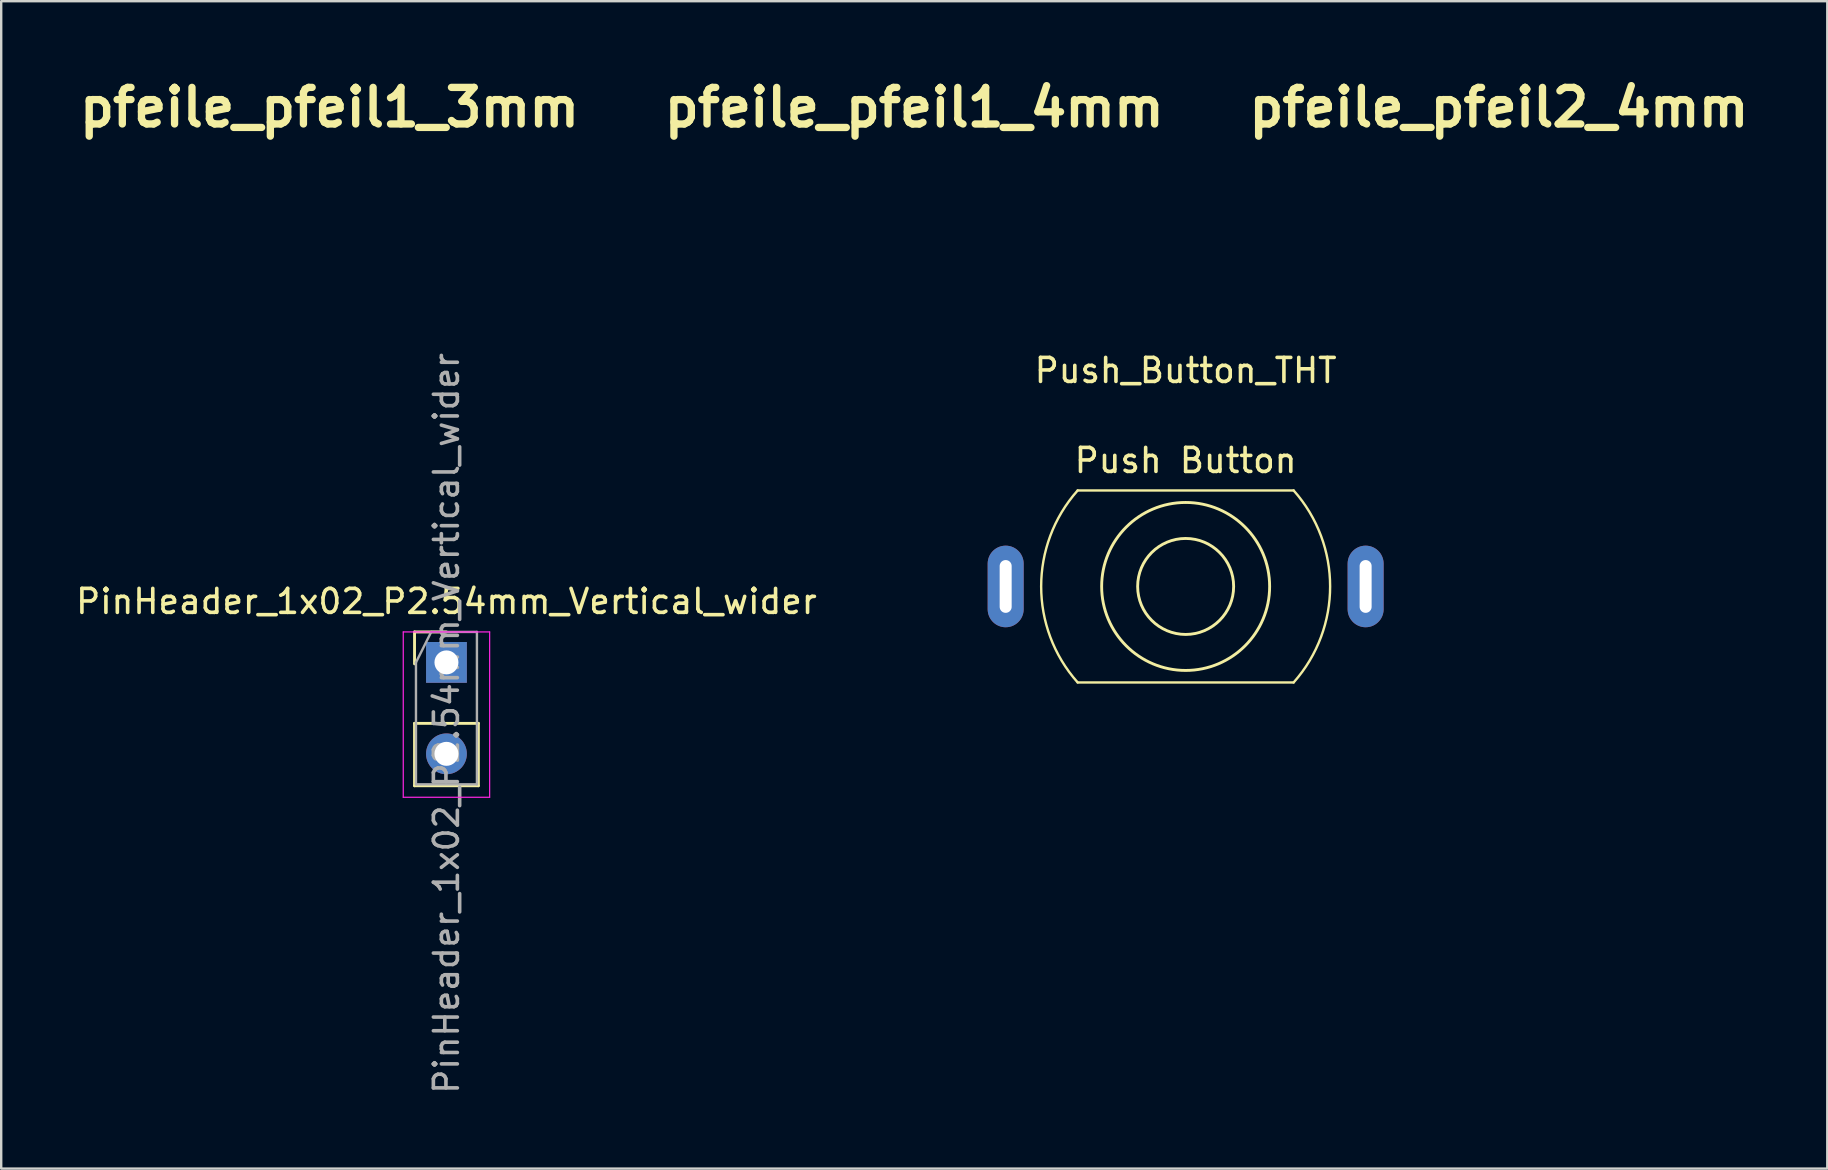
<source format=kicad_pcb>
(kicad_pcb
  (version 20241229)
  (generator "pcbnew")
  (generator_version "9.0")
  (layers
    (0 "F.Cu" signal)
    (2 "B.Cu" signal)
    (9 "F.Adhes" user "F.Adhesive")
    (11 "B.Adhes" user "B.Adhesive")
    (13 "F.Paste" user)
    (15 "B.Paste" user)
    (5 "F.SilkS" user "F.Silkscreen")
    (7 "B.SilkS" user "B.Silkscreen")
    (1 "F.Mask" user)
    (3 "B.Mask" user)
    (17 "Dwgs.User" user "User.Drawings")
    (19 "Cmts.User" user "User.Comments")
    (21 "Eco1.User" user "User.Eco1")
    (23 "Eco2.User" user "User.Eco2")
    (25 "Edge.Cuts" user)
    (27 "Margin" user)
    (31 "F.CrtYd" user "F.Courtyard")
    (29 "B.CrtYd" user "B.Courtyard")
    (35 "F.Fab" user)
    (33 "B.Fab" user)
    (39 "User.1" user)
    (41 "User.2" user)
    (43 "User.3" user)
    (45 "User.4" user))
  (footprint "pfeile_pfeil1_4mm"
    (layer "F.Cu")
    (at 35.048 4.555)
    (property "Reference" "pfeile_pfeil1_4mm" (at 0 -3.128 0) (layer "F.SilkS") (effects (font (size 1.524 1.524) (thickness 0.305))))
    (attr exclude_from_pos_files exclude_from_bom)
    (fp_poly (pts (xy 0.14 0.834) (xy 0.02 0.673) (xy 0.005 0.561) (xy 0.074 0.513) (xy 0.205 0.546) (xy 0.376 0.673) (xy 0.528 0.805) (xy 0.711 0.939) (xy 0.92 1.07) (xy 1.148 1.197) (xy 1.389 1.315) (xy 1.638 1.422) (xy 1.888 1.513) (xy 2.179 1.606) (xy 2.283 1.619) (xy 2.282 1.564) (xy 2.26 1.398) (xy 2.29 1.218) (xy 2.372 1.027) (xy 2.505 0.823) (xy 2.69 0.607) (xy 2.79 0.505) (xy 2.881 0.423) (xy 2.925 0.387) (xy 3.095 0.259) (xy 3.271 0.152) (xy 3.475 0.072) (xy 3.7 0.022) (xy 3.945 0.001) (xy 4.203 0.009) (xy 4.471 0.048) (xy 4.745 0.117) (xy 4.975 0.203) (xy 5.18 0.311) (xy 5.352 0.436) (xy 5.486 0.576) (xy 5.573 0.727) (xy 5.607 0.887) (xy 5.582 1.05) (xy 5.49 1.215) (xy 5.364 1.347) (xy 5.198 1.473) (xy 4.999 1.589) (xy 4.772 1.695) (xy 4.523 1.788) (xy 4.258 1.868) (xy 3.983 1.931) (xy 3.704 1.977) (xy 3.427 2.004) (xy 3.157 2.009) (xy 3.063 2.003) (xy 3.063 1.76) (xy 3.332 1.758) (xy 3.614 1.734) (xy 3.901 1.692) (xy 4.185 1.632) (xy 4.459 1.558) (xy 4.713 1.471) (xy 4.939 1.374) (xy 5.13 1.269) (xy 5.277 1.158) (xy 5.372 1.044) (xy 5.423 0.893) (xy 5.394 0.755) (xy 5.279 0.626) (xy 5.077 0.5) (xy 4.782 0.375) (xy 4.556 0.308) (xy 4.31 0.264) (xy 4.058 0.244) (xy 3.811 0.248) (xy 3.582 0.275) (xy 3.381 0.324) (xy 3.222 0.397) (xy 3.01 0.549) (xy 2.832 0.719) (xy 2.692 0.9) (xy 2.594 1.086) (xy 2.542 1.271) (xy 2.54 1.449) (xy 2.573 1.634) (xy 2.642 1.706) (xy 2.816 1.738) (xy 3.063 1.76) (xy 3.063 2.003) (xy 2.9 1.992) (xy 2.771 2.002) (xy 2.886 2.164) (xy 3.034 2.31) (xy 3.247 2.49) (xy 3.471 2.661) (xy 3.654 2.78) (xy 3.836 2.885) (xy 4.016 2.967) (xy 4.155 3.023) (xy 4.294 3.079) (xy 4.458 3.135) (xy 4.688 3.2) (xy 4.937 3.263) (xy 5.152 3.309) (xy 5.405 3.351) (xy 5.672 3.39) (xy 5.933 3.423) (xy 6.167 3.449) (xy 6.354 3.463) (xy 6.471 3.465) (xy 6.736 3.499) (xy 6.989 3.524) (xy 7.243 3.545) (xy 7.505 3.567) (xy 7.62 3.537) (xy 7.476 3.407) (xy 7.225 3.25) (xy 7.149 3.126) (xy 7.152 3.093) (xy 7.19 3.029) (xy 7.399 3.029) (xy 7.507 3.096) (xy 7.631 3.173) (xy 7.845 3.32) (xy 7.962 3.455) (xy 7.987 3.578) (xy 7.927 3.69) (xy 7.788 3.791) (xy 7.576 3.883) (xy 7.353 3.974) (xy 7.174 3.985) (xy 7.185 3.882) (xy 7.304 3.811) (xy 7.402 3.76) (xy 7.387 3.734) (xy 7.166 3.738) (xy 7.019 3.728) (xy 6.791 3.722) (xy 6.618 3.701) (xy 6.464 3.685) (xy 6.296 3.672) (xy 6.121 3.653) (xy 5.866 3.632) (xy 5.604 3.599) (xy 5.423 3.572) (xy 5.204 3.546) (xy 5.002 3.519) (xy 4.86 3.488) (xy 4.721 3.456) (xy 4.546 3.419) (xy 4.401 3.38) (xy 4.258 3.338) (xy 4.054 3.269) (xy 3.869 3.2) (xy 3.701 3.119) (xy 3.542 3.023) (xy 3.346 2.883) (xy 3.146 2.732) (xy 2.951 2.575) (xy 2.772 2.414) (xy 2.616 2.255) (xy 2.495 2.102) (xy 2.365 1.909) (xy 2.172 1.857) (xy 1.886 1.773) (xy 1.61 1.678) (xy 1.346 1.575) (xy 1.096 1.464) (xy 0.863 1.347) (xy 0.648 1.224) (xy 0.454 1.097) (xy 0.284 0.967) (xy 0.14 0.834) (xy 0.14 0.834)) (stroke (width 0) (type solid)) (fill yes) (layer "F.Mask")))
  (footprint "pfeile_pfeil1_3mm"
    (layer "F.Cu")
    (at 10.683 4.538)
    (property "Reference" "pfeile_pfeil1_3mm" (at 0 -3.112 0) (layer "F.SilkS") (effects (font (size 1.524 1.524) (thickness 0.305))))
    (attr exclude_from_pos_files exclude_from_bom)
    (fp_poly (pts (xy 0.111 0.665) (xy 0.006 0.509) (xy 0.025 0.42) (xy 0.134 0.422) (xy 0.3 0.536) (xy 0.443 0.659) (xy 0.62 0.783) (xy 0.822 0.904) (xy 1.041 1.017) (xy 1.271 1.119) (xy 1.503 1.205) (xy 1.791 1.292) (xy 1.817 1.246) (xy 1.802 1.078) (xy 1.851 0.895) (xy 1.964 0.697) (xy 2.142 0.483) (xy 2.294 0.337) (xy 2.329 0.308) (xy 2.465 0.207) (xy 2.631 0.109) (xy 2.825 0.042) (xy 3.043 0.006) (xy 3.278 0.002) (xy 3.525 0.031) (xy 3.778 0.093) (xy 4.019 0.189) (xy 4.22 0.313) (xy 4.369 0.459) (xy 4.452 0.621) (xy 4.457 0.793) (xy 4.372 0.968) (xy 4.245 1.096) (xy 4.072 1.215) (xy 3.863 1.323) (xy 3.625 1.416) (xy 3.367 1.494) (xy 3.098 1.552) (xy 2.827 1.588) (xy 2.561 1.601) (xy 2.486 1.597) (xy 2.486 1.403) (xy 2.752 1.393) (xy 3.03 1.36) (xy 3.308 1.306) (xy 3.574 1.233) (xy 3.816 1.147) (xy 4.022 1.048) (xy 4.18 0.942) (xy 4.278 0.831) (xy 4.319 0.683) (xy 4.258 0.549) (xy 4.09 0.423) (xy 3.808 0.298) (xy 3.551 0.229) (xy 3.272 0.196) (xy 2.997 0.2) (xy 2.753 0.24) (xy 2.566 0.316) (xy 2.366 0.463) (xy 2.207 0.63) (xy 2.093 0.806) (xy 2.03 0.983) (xy 2.023 1.154) (xy 2.069 1.337) (xy 2.243 1.384) (xy 2.486 1.403) (xy 2.486 1.597) (xy 2.31 1.586) (xy 2.206 1.594) (xy 2.298 1.723) (xy 2.469 1.886) (xy 2.706 2.076) (xy 2.91 2.214) (xy 3.055 2.297) (xy 3.198 2.363) (xy 3.419 2.452) (xy 3.607 2.514) (xy 3.867 2.583) (xy 4.103 2.635) (xy 4.346 2.675) (xy 4.602 2.711) (xy 4.841 2.739) (xy 5.034 2.757) (xy 5.153 2.76) (xy 5.364 2.787) (xy 5.566 2.806) (xy 5.768 2.823) (xy 5.977 2.841) (xy 6.068 2.817) (xy 5.953 2.713) (xy 5.754 2.588) (xy 5.693 2.489) (xy 5.695 2.463) (xy 5.726 2.412) (xy 5.892 2.412) (xy 6.077 2.527) (xy 6.272 2.667) (xy 6.357 2.792) (xy 6.34 2.904) (xy 6.229 3.004) (xy 6.033 3.092) (xy 5.856 3.165) (xy 5.713 3.173) (xy 5.722 3.091) (xy 5.848 3.02) (xy 5.902 2.978) (xy 5.707 2.977) (xy 5.59 2.968) (xy 5.408 2.964) (xy 5.148 2.934) (xy 5.014 2.924) (xy 4.875 2.909) (xy 4.671 2.892) (xy 4.463 2.867) (xy 4.318 2.845) (xy 4.145 2.824) (xy 3.984 2.802) (xy 3.87 2.778) (xy 3.62 2.723) (xy 3.391 2.658) (xy 3.228 2.603) (xy 3.081 2.549) (xy 2.948 2.484) (xy 2.821 2.408) (xy 2.633 2.273) (xy 2.443 2.126) (xy 2.263 1.974) (xy 2.106 1.821) (xy 1.987 1.674) (xy 1.884 1.521) (xy 1.73 1.479) (xy 1.438 1.391) (xy 1.161 1.29) (xy 0.9 1.179) (xy 0.662 1.059) (xy 0.448 0.932) (xy 0.263 0.8) (xy 0.111 0.665) (xy 0.111 0.665)) (stroke (width 0) (type solid)) (fill yes) (layer "F.Mask")))
  (footprint "pfeile_pfeil2_4mm"
    (layer "F.Cu")
    (at 59.413 4.497)
    (property "Reference" "pfeile_pfeil2_4mm" (at 0 -3.071 0) (layer "F.SilkS") (effects (font (size 1.524 1.524) (thickness 0.305))))
    (attr exclude_from_pos_files exclude_from_bom)
    (fp_poly (pts (xy 6.424 0.03) (xy 6.212 0.001) (xy 5.964 0.016) (xy 5.72 0.073) (xy 5.486 0.143) (xy 5.295 0.212) (xy 5.074 0.327) (xy 4.846 0.449) (xy 4.739 0.509) (xy 4.57 0.609) (xy 4.427 0.693) (xy 4.259 0.802) (xy 4.019 0.965) (xy 3.893 1.056) (xy 3.81 1.069) (xy 3.65 1.03) (xy 3.484 1.029) (xy 3.293 1.069) (xy 3.063 1.152) (xy 2.774 1.283) (xy 2.618 1.367) (xy 2.418 1.486) (xy 2.2 1.623) (xy 1.991 1.762) (xy 1.818 1.887) (xy 1.689 1.98) (xy 1.569 2.062) (xy 1.377 2.211) (xy 1.128 2.423) (xy 0.989 2.557) (xy 0.933 2.606) (xy 0.835 2.7) (xy 0.734 2.799) (xy 0.64 2.894) (xy 0.591 2.956) (xy 0.557 2.997) (xy 0.411 3.156) (xy 0.369 3.162) (xy 0.287 2.948) (xy 0.2 2.927) (xy 0.175 3.056) (xy 0.158 3.191) (xy 0.129 3.329) (xy 0.067 3.582) (xy 0.041 3.75) (xy 0.02 3.832) (xy 0.024 3.941) (xy 0.138 3.998) (xy 0.259 3.945) (xy 0.476 3.831) (xy 0.715 3.696) (xy 0.901 3.583) (xy 1.044 3.468) (xy 1.037 3.397) (xy 1.02 3.358) (xy 0.86 3.362) (xy 0.725 3.438) (xy 0.562 3.523) (xy 0.425 3.593) (xy 0.415 3.514) (xy 0.563 3.313) (xy 0.675 3.193) (xy 0.795 3.057) (xy 0.903 2.935) (xy 0.988 2.848) (xy 1.152 2.693) (xy 1.365 2.496) (xy 1.558 2.332) (xy 1.733 2.2) (xy 1.878 2.094) (xy 2.071 1.955) (xy 2.288 1.814) (xy 2.516 1.676) (xy 2.744 1.55) (xy 2.959 1.44) (xy 3.149 1.355) (xy 3.303 1.301) (xy 3.461 1.285) (xy 3.565 1.296) (xy 3.466 1.387) (xy 3.358 1.481) (xy 3.236 1.607) (xy 3.053 1.802) (xy 2.939 1.98) (xy 2.892 2.146) (xy 2.911 2.306) (xy 2.994 2.467) (xy 3.183 2.628) (xy 3.414 2.718) (xy 3.523 2.729) (xy 3.6 2.718) (xy 3.6 2.505) (xy 3.42 2.504) (xy 3.271 2.446) (xy 3.159 2.331) (xy 3.115 2.212) (xy 3.135 2.082) (xy 3.229 1.928) (xy 3.403 1.736) (xy 3.667 1.493) (xy 3.833 1.382) (xy 3.974 1.498) (xy 3.974 1.498) (xy 4.105 1.717) (xy 4.159 1.964) (xy 4.133 2.188) (xy 4.024 2.336) (xy 3.803 2.449) (xy 3.6 2.505) (xy 3.6 2.718) (xy 3.659 2.709) (xy 3.865 2.652) (xy 4.065 2.578) (xy 4.229 2.474) (xy 4.343 2.334) (xy 4.404 2.161) (xy 4.412 1.957) (xy 4.365 1.727) (xy 4.278 1.499) (xy 4.159 1.346) (xy 4.04 1.223) (xy 4.075 1.17) (xy 4.248 1.045) (xy 4.409 0.936) (xy 4.629 0.799) (xy 4.843 0.671) (xy 4.987 0.593) (xy 5.067 0.555) (xy 5.23 0.477) (xy 5.474 0.373) (xy 5.711 0.296) (xy 5.936 0.246) (xy 6.143 0.224) (xy 6.326 0.232) (xy 6.48 0.271) (xy 6.647 0.316) (xy 6.728 0.283) (xy 6.647 0.153) (xy 6.424 0.03) (xy 6.424 0.03)) (stroke (width 0) (type solid)) (fill yes) (layer "F.Mask")))
  (footprint "Push_Button_THT"
    (layer "F.Cu")
    (at 34.357 21.388)
    (property "Reference" "Push_Button_THT" (at 12 -9 0) (layer "F.SilkS") (effects (font (size 1 1) (thickness 0.15))))
    (attr through_hole)
    (fp_line (start 7.5 -4) (end 16.5 -4) (stroke (width 0.1) (type default)) (layer "F.SilkS"))
    (fp_line (start 16.5 4) (end 7.5 4) (stroke (width 0.1) (type default)) (layer "F.SilkS"))
    (fp_arc (start 7.5 4) (mid 5.979203 0) (end 7.5 -4) (stroke (width 0.1) (type default)) (layer "F.SilkS"))
    (fp_arc (start 16.5 -4) (mid 18.020797 0) (end 16.5 4) (stroke (width 0.1) (type default)) (layer "F.SilkS"))
    (fp_circle (center 12 0) (end 14 0) (stroke (width 0.12) (type solid)) (fill no) (layer "F.SilkS"))
    (fp_circle (center 12 0) (end 15.5 0) (stroke (width 0.12) (type solid)) (fill no) (layer "F.SilkS"))
    (fp_text user "Push Button" (at 12 -5.25 0) (layer "F.SilkS") (effects (font (size 1 1) (thickness 0.15))))
    (pad "1" thru_hole oval (at 4.5 0) (size 1.5 3.4) (drill oval 0.5 2.2) (layers "*.Cu" "*.Mask"))
    (pad "2" thru_hole oval (at 19.5 0) (size 1.5 3.4) (drill oval 0.5 2.2) (layers "*.Cu" "*.Mask")))
  (footprint "PinHeader_1x02_P2.54mm_Vertical_wider"
    (layer "F.Cu")
    (at 15.554 25.823)
    (property "Reference" "PinHeader_1x02_P2.54mm_Vertical_wider" (at 0 -3.81 0) (layer "F.SilkS") (effects (font (size 1 1) (thickness 0.15))))
    (attr through_hole)
    (fp_line (start -1.33 -2.54) (end 0 -2.54) (stroke (width 0.12) (type solid)) (layer "F.SilkS"))
    (fp_line (start -1.33 -1.21) (end -1.33 -2.54) (stroke (width 0.12) (type solid)) (layer "F.SilkS"))
    (fp_line (start -1.33 1.27) (end -1.33 3.87) (stroke (width 0.12) (type solid)) (layer "F.SilkS"))
    (fp_line (start -1.33 1.27) (end 1.33 1.27) (stroke (width 0.12) (type solid)) (layer "F.SilkS"))
    (fp_line (start -1.33 3.87) (end 1.33 3.87) (stroke (width 0.12) (type solid)) (layer "F.SilkS"))
    (fp_line (start 1.33 1.27) (end 1.33 3.87) (stroke (width 0.12) (type solid)) (layer "F.SilkS"))
    (fp_line (start -1.8 -2.54) (end -1.8 4.35) (stroke (width 0.05) (type solid)) (layer "F.CrtYd"))
    (fp_line (start -1.8 4.35) (end 1.8 4.35) (stroke (width 0.05) (type solid)) (layer "F.CrtYd"))
    (fp_line (start 1.8 -2.54) (end -1.8 -2.54) (stroke (width 0.05) (type solid)) (layer "F.CrtYd"))
    (fp_line (start 1.8 4.35) (end 1.8 -2.54) (stroke (width 0.05) (type solid)) (layer "F.CrtYd"))
    (fp_line (start -1.27 -1.27) (end -0.635 -2.54) (stroke (width 0.1) (type solid)) (layer "F.Fab"))
    (fp_line (start -1.27 3.81) (end -1.27 -1.27) (stroke (width 0.1) (type solid)) (layer "F.Fab"))
    (fp_line (start -0.635 -2.54) (end 1.27 -2.54) (stroke (width 0.1) (type solid)) (layer "F.Fab"))
    (fp_line (start 1.27 -2.54) (end 1.27 3.81) (stroke (width 0.1) (type solid)) (layer "F.Fab"))
    (fp_line (start 1.27 3.81) (end -1.27 3.81) (stroke (width 0.1) (type solid)) (layer "F.Fab"))
    (fp_text user "${REFERENCE}" (at 0 1.27 90) (layer "F.Fab") (effects (font (size 1 1) (thickness 0.15))))
    (pad "1" thru_hole rect (at 0 -1.27) (size 1.7 1.7) (drill 1) (layers "*.Cu" "*.Mask"))
    (pad "2" thru_hole oval (at 0 2.54) (size 1.7 1.7) (drill 1) (layers "*.Cu" "*.Mask")))
  (gr_rect
    (start -3 -3)
    (end 73.095 45.646)
    (stroke (width 0.1) (type default))
    (fill no)
    (layer "Edge.Cuts")))
</source>
